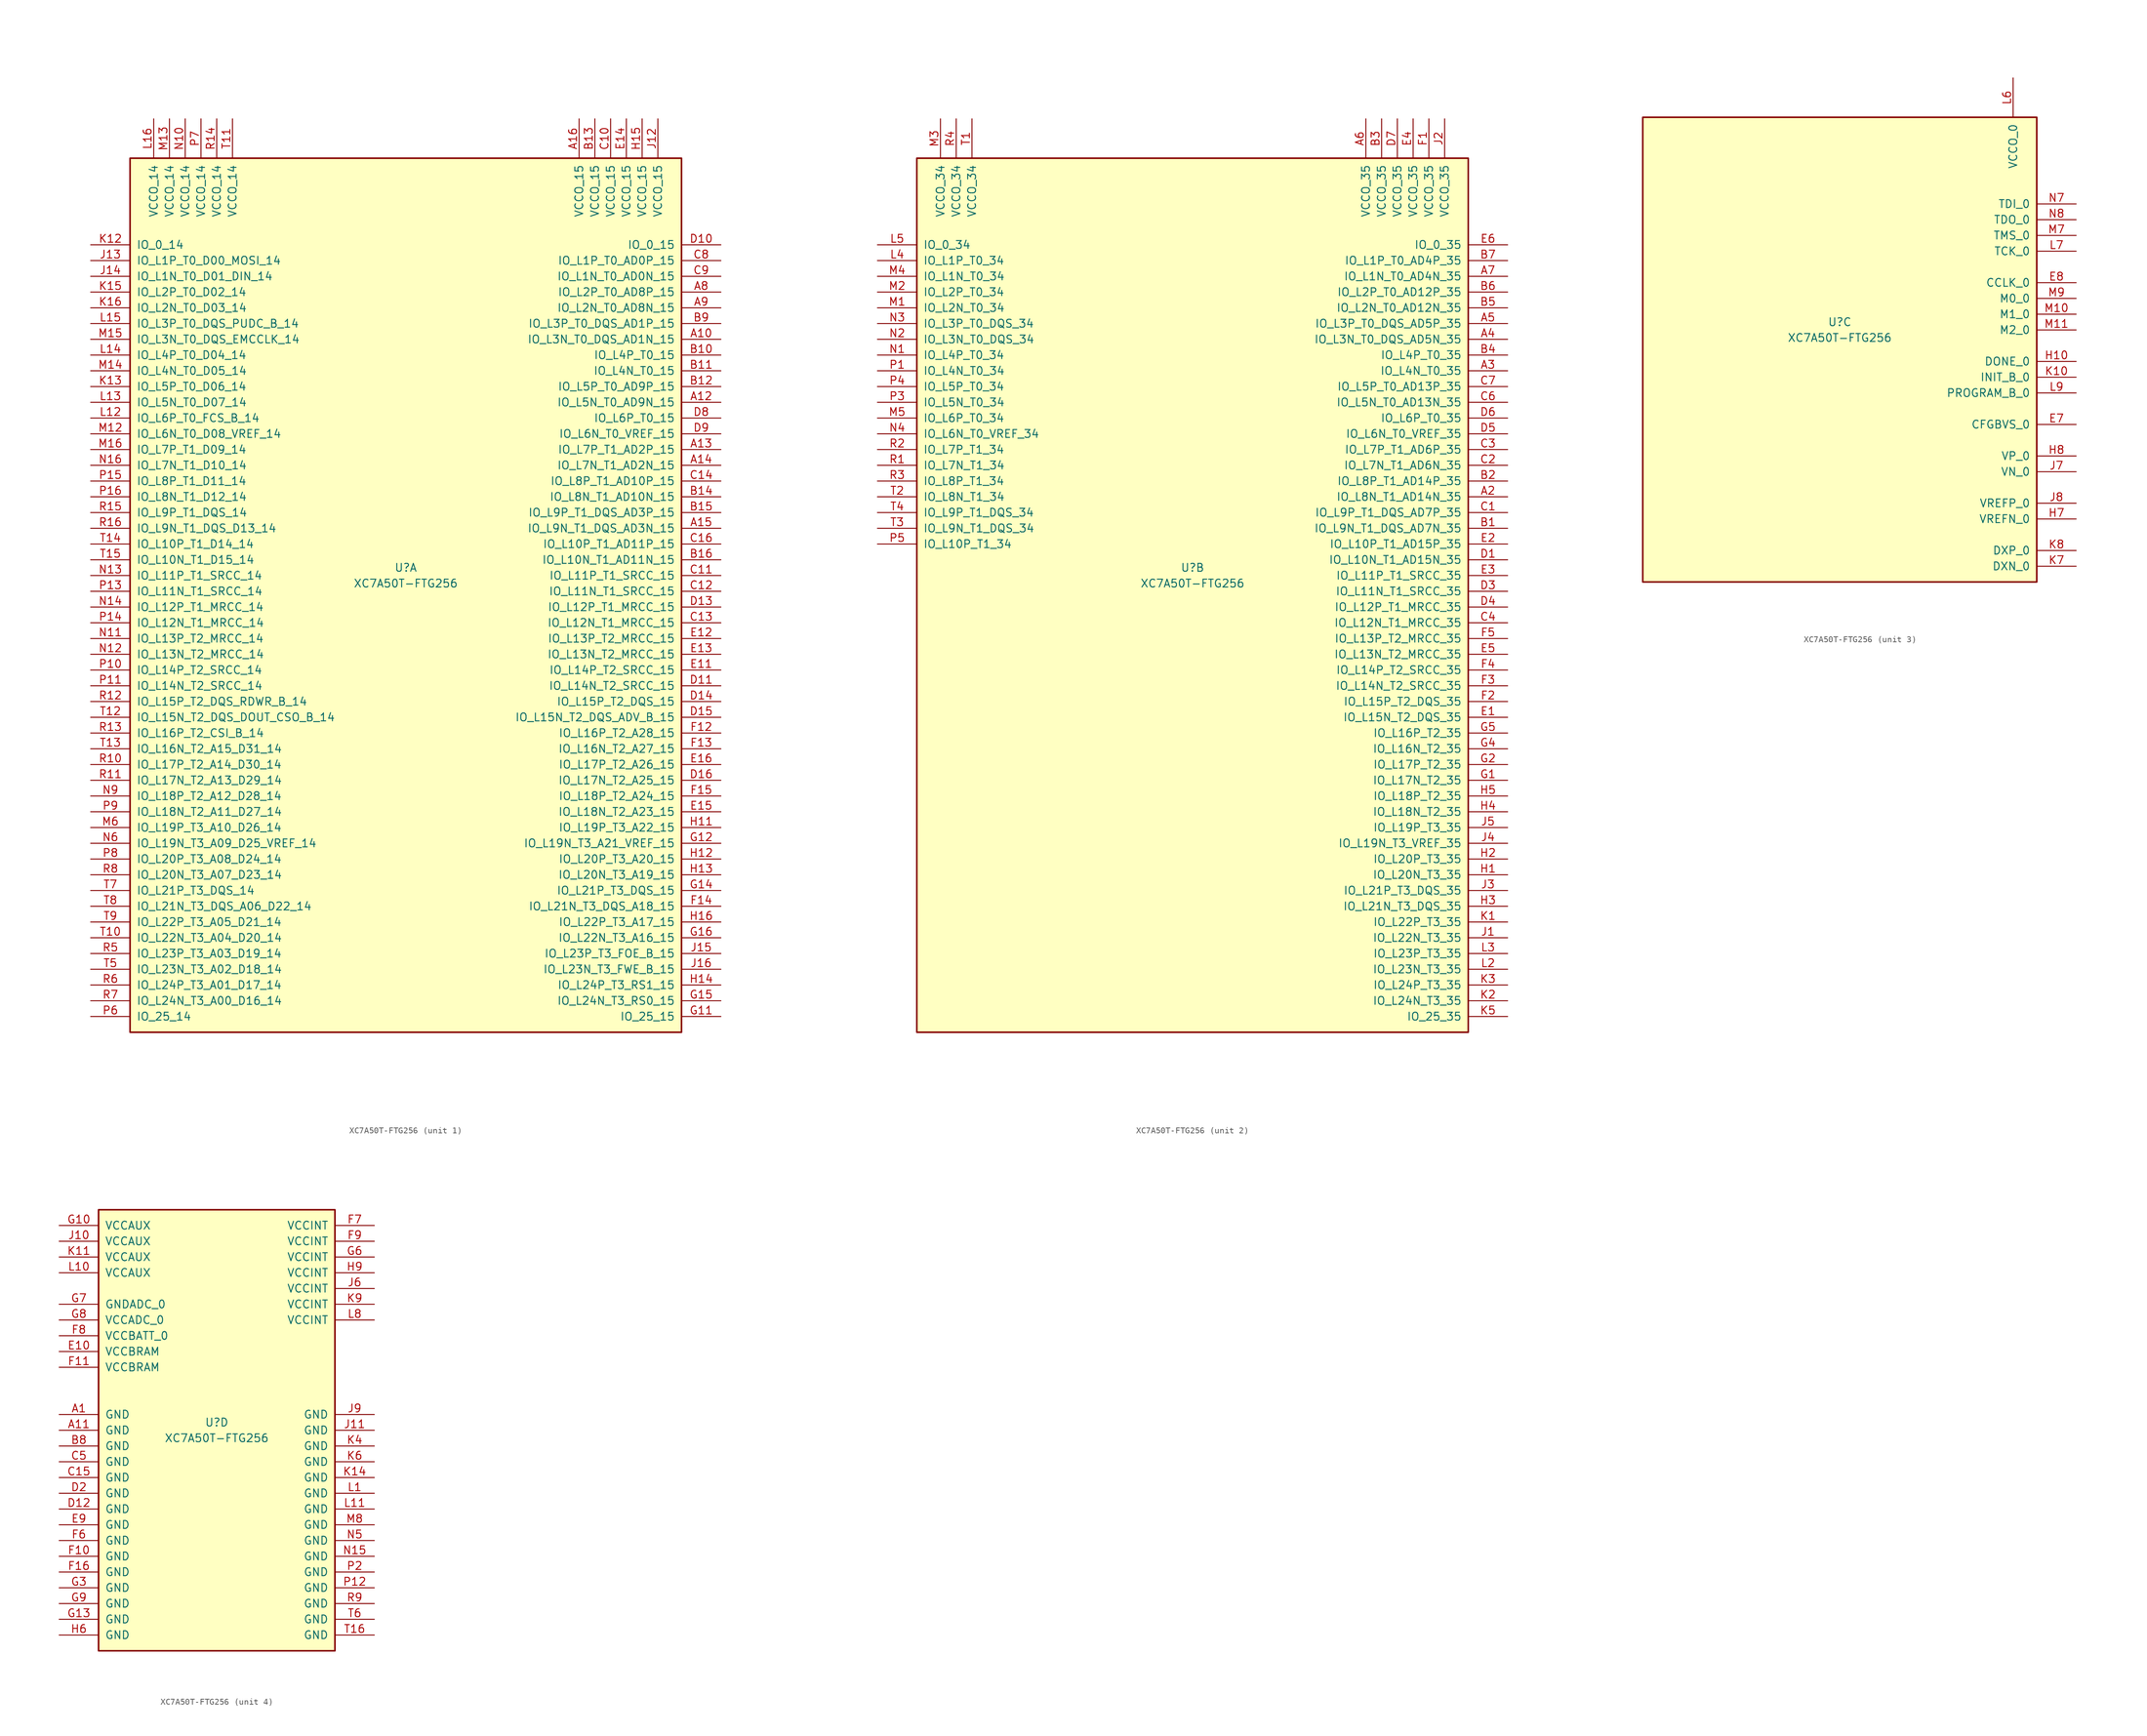
<source format=kicad_sym>
(kicad_symbol_lib
  (version 20241209)
  (generator "kicad_symbol_editor")
  (generator_version "9.0")
  (symbol "XC7A50T-FTG256"
    (pin_names
      (offset 1.016))
    (property "Reference" "U"
      (at 0 1.27 0)
      (effects (font (size 1.27 1.27))))
    (property "Value" "XC7A50T-FTG256"
      (at 0 -1.27 0)
      (effects (font (size 1.27 1.27))))
    (property "Datasheet" ""
      (at 0 0 0)
      (effects (font (size 1.27 1.27))))
    (property "ki_locked" ""
      (at 0 0 0)
      (effects (font (size 1.27 1.27))))
    (symbol "XC7A50T-FTG256_1_1"
      (rectangle (start -44.45 67.31) (end 44.45 -73.66) (stroke (width 0.254) (type default)) (fill (type background)))
      (pin bidirectional line (at -50.8 53.34 0) (length 6.35) (name "IO_0_14" (effects (font (size 1.27 1.27)))) (number "K12" (effects (font (size 1.27 1.27)))))
      (pin bidirectional line (at -50.8 50.8 0) (length 6.35) (name "IO_L1P_T0_D00_MOSI_14" (effects (font (size 1.27 1.27)))) (number "J13" (effects (font (size 1.27 1.27)))))
      (pin bidirectional line (at -50.8 48.26 0) (length 6.35) (name "IO_L1N_T0_D01_DIN_14" (effects (font (size 1.27 1.27)))) (number "J14" (effects (font (size 1.27 1.27)))))
      (pin bidirectional line (at -50.8 45.72 0) (length 6.35) (name "IO_L2P_T0_D02_14" (effects (font (size 1.27 1.27)))) (number "K15" (effects (font (size 1.27 1.27)))))
      (pin bidirectional line (at -50.8 43.18 0) (length 6.35) (name "IO_L2N_T0_D03_14" (effects (font (size 1.27 1.27)))) (number "K16" (effects (font (size 1.27 1.27)))))
      (pin bidirectional line (at -50.8 40.64 0) (length 6.35) (name "IO_L3P_T0_DQS_PUDC_B_14" (effects (font (size 1.27 1.27)))) (number "L15" (effects (font (size 1.27 1.27)))))
      (pin bidirectional line (at -50.8 38.1 0) (length 6.35) (name "IO_L3N_T0_DQS_EMCCLK_14" (effects (font (size 1.27 1.27)))) (number "M15" (effects (font (size 1.27 1.27)))))
      (pin bidirectional line (at -50.8 35.56 0) (length 6.35) (name "IO_L4P_T0_D04_14" (effects (font (size 1.27 1.27)))) (number "L14" (effects (font (size 1.27 1.27)))))
      (pin bidirectional line (at -50.8 33.02 0) (length 6.35) (name "IO_L4N_T0_D05_14" (effects (font (size 1.27 1.27)))) (number "M14" (effects (font (size 1.27 1.27)))))
      (pin bidirectional line (at -50.8 30.48 0) (length 6.35) (name "IO_L5P_T0_D06_14" (effects (font (size 1.27 1.27)))) (number "K13" (effects (font (size 1.27 1.27)))))
      (pin bidirectional line (at -50.8 27.94 0) (length 6.35) (name "IO_L5N_T0_D07_14" (effects (font (size 1.27 1.27)))) (number "L13" (effects (font (size 1.27 1.27)))))
      (pin bidirectional line (at -50.8 25.4 0) (length 6.35) (name "IO_L6P_T0_FCS_B_14" (effects (font (size 1.27 1.27)))) (number "L12" (effects (font (size 1.27 1.27)))))
      (pin bidirectional line (at -50.8 22.86 0) (length 6.35) (name "IO_L6N_T0_D08_VREF_14" (effects (font (size 1.27 1.27)))) (number "M12" (effects (font (size 1.27 1.27)))))
      (pin bidirectional line (at -50.8 20.32 0) (length 6.35) (name "IO_L7P_T1_D09_14" (effects (font (size 1.27 1.27)))) (number "M16" (effects (font (size 1.27 1.27)))))
      (pin bidirectional line (at -50.8 17.78 0) (length 6.35) (name "IO_L7N_T1_D10_14" (effects (font (size 1.27 1.27)))) (number "N16" (effects (font (size 1.27 1.27)))))
      (pin bidirectional line (at -50.8 15.24 0) (length 6.35) (name "IO_L8P_T1_D11_14" (effects (font (size 1.27 1.27)))) (number "P15" (effects (font (size 1.27 1.27)))))
      (pin bidirectional line (at -50.8 12.7 0) (length 6.35) (name "IO_L8N_T1_D12_14" (effects (font (size 1.27 1.27)))) (number "P16" (effects (font (size 1.27 1.27)))))
      (pin bidirectional line (at -50.8 10.16 0) (length 6.35) (name "IO_L9P_T1_DQS_14" (effects (font (size 1.27 1.27)))) (number "R15" (effects (font (size 1.27 1.27)))))
      (pin bidirectional line (at -50.8 7.62 0) (length 6.35) (name "IO_L9N_T1_DQS_D13_14" (effects (font (size 1.27 1.27)))) (number "R16" (effects (font (size 1.27 1.27)))))
      (pin bidirectional line (at -50.8 5.08 0) (length 6.35) (name "IO_L10P_T1_D14_14" (effects (font (size 1.27 1.27)))) (number "T14" (effects (font (size 1.27 1.27)))))
      (pin bidirectional line (at -50.8 2.54 0) (length 6.35) (name "IO_L10N_T1_D15_14" (effects (font (size 1.27 1.27)))) (number "T15" (effects (font (size 1.27 1.27)))))
      (pin bidirectional line (at -50.8 0 0) (length 6.35) (name "IO_L11P_T1_SRCC_14" (effects (font (size 1.27 1.27)))) (number "N13" (effects (font (size 1.27 1.27)))))
      (pin bidirectional line (at -50.8 -2.54 0) (length 6.35) (name "IO_L11N_T1_SRCC_14" (effects (font (size 1.27 1.27)))) (number "P13" (effects (font (size 1.27 1.27)))))
      (pin bidirectional line (at -50.8 -5.08 0) (length 6.35) (name "IO_L12P_T1_MRCC_14" (effects (font (size 1.27 1.27)))) (number "N14" (effects (font (size 1.27 1.27)))))
      (pin bidirectional line (at -50.8 -7.62 0) (length 6.35) (name "IO_L12N_T1_MRCC_14" (effects (font (size 1.27 1.27)))) (number "P14" (effects (font (size 1.27 1.27)))))
      (pin bidirectional line (at -50.8 -10.16 0) (length 6.35) (name "IO_L13P_T2_MRCC_14" (effects (font (size 1.27 1.27)))) (number "N11" (effects (font (size 1.27 1.27)))))
      (pin bidirectional line (at -50.8 -12.7 0) (length 6.35) (name "IO_L13N_T2_MRCC_14" (effects (font (size 1.27 1.27)))) (number "N12" (effects (font (size 1.27 1.27)))))
      (pin bidirectional line (at -50.8 -15.24 0) (length 6.35) (name "IO_L14P_T2_SRCC_14" (effects (font (size 1.27 1.27)))) (number "P10" (effects (font (size 1.27 1.27)))))
      (pin bidirectional line (at -50.8 -17.78 0) (length 6.35) (name "IO_L14N_T2_SRCC_14" (effects (font (size 1.27 1.27)))) (number "P11" (effects (font (size 1.27 1.27)))))
      (pin bidirectional line (at -50.8 -20.32 0) (length 6.35) (name "IO_L15P_T2_DQS_RDWR_B_14" (effects (font (size 1.27 1.27)))) (number "R12" (effects (font (size 1.27 1.27)))))
      (pin bidirectional line (at -50.8 -22.86 0) (length 6.35) (name "IO_L15N_T2_DQS_DOUT_CSO_B_14" (effects (font (size 1.27 1.27)))) (number "T12" (effects (font (size 1.27 1.27)))))
      (pin bidirectional line (at -50.8 -25.4 0) (length 6.35) (name "IO_L16P_T2_CSI_B_14" (effects (font (size 1.27 1.27)))) (number "R13" (effects (font (size 1.27 1.27)))))
      (pin bidirectional line (at -50.8 -27.94 0) (length 6.35) (name "IO_L16N_T2_A15_D31_14" (effects (font (size 1.27 1.27)))) (number "T13" (effects (font (size 1.27 1.27)))))
      (pin bidirectional line (at -50.8 -30.48 0) (length 6.35) (name "IO_L17P_T2_A14_D30_14" (effects (font (size 1.27 1.27)))) (number "R10" (effects (font (size 1.27 1.27)))))
      (pin bidirectional line (at -50.8 -33.02 0) (length 6.35) (name "IO_L17N_T2_A13_D29_14" (effects (font (size 1.27 1.27)))) (number "R11" (effects (font (size 1.27 1.27)))))
      (pin bidirectional line (at -50.8 -35.56 0) (length 6.35) (name "IO_L18P_T2_A12_D28_14" (effects (font (size 1.27 1.27)))) (number "N9" (effects (font (size 1.27 1.27)))))
      (pin bidirectional line (at -50.8 -38.1 0) (length 6.35) (name "IO_L18N_T2_A11_D27_14" (effects (font (size 1.27 1.27)))) (number "P9" (effects (font (size 1.27 1.27)))))
      (pin bidirectional line (at -50.8 -40.64 0) (length 6.35) (name "IO_L19P_T3_A10_D26_14" (effects (font (size 1.27 1.27)))) (number "M6" (effects (font (size 1.27 1.27)))))
      (pin bidirectional line (at -50.8 -43.18 0) (length 6.35) (name "IO_L19N_T3_A09_D25_VREF_14" (effects (font (size 1.27 1.27)))) (number "N6" (effects (font (size 1.27 1.27)))))
      (pin bidirectional line (at -50.8 -45.72 0) (length 6.35) (name "IO_L20P_T3_A08_D24_14" (effects (font (size 1.27 1.27)))) (number "P8" (effects (font (size 1.27 1.27)))))
      (pin bidirectional line (at -50.8 -48.26 0) (length 6.35) (name "IO_L20N_T3_A07_D23_14" (effects (font (size 1.27 1.27)))) (number "R8" (effects (font (size 1.27 1.27)))))
      (pin bidirectional line (at -50.8 -50.8 0) (length 6.35) (name "IO_L21P_T3_DQS_14" (effects (font (size 1.27 1.27)))) (number "T7" (effects (font (size 1.27 1.27)))))
      (pin bidirectional line (at -50.8 -53.34 0) (length 6.35) (name "IO_L21N_T3_DQS_A06_D22_14" (effects (font (size 1.27 1.27)))) (number "T8" (effects (font (size 1.27 1.27)))))
      (pin bidirectional line (at -50.8 -55.88 0) (length 6.35) (name "IO_L22P_T3_A05_D21_14" (effects (font (size 1.27 1.27)))) (number "T9" (effects (font (size 1.27 1.27)))))
      (pin bidirectional line (at -50.8 -58.42 0) (length 6.35) (name "IO_L22N_T3_A04_D20_14" (effects (font (size 1.27 1.27)))) (number "T10" (effects (font (size 1.27 1.27)))))
      (pin bidirectional line (at -50.8 -60.96 0) (length 6.35) (name "IO_L23P_T3_A03_D19_14" (effects (font (size 1.27 1.27)))) (number "R5" (effects (font (size 1.27 1.27)))))
      (pin bidirectional line (at -50.8 -63.5 0) (length 6.35) (name "IO_L23N_T3_A02_D18_14" (effects (font (size 1.27 1.27)))) (number "T5" (effects (font (size 1.27 1.27)))))
      (pin bidirectional line (at -50.8 -66.04 0) (length 6.35) (name "IO_L24P_T3_A01_D17_14" (effects (font (size 1.27 1.27)))) (number "R6" (effects (font (size 1.27 1.27)))))
      (pin bidirectional line (at -50.8 -68.58 0) (length 6.35) (name "IO_L24N_T3_A00_D16_14" (effects (font (size 1.27 1.27)))) (number "R7" (effects (font (size 1.27 1.27)))))
      (pin bidirectional line (at -50.8 -71.12 0) (length 6.35) (name "IO_25_14" (effects (font (size 1.27 1.27)))) (number "P6" (effects (font (size 1.27 1.27)))))
      (pin power_in line (at -40.64 73.66 270) (length 6.35) (name "VCCO_14" (effects (font (size 1.27 1.27)))) (number "L16" (effects (font (size 1.27 1.27)))))
      (pin power_in line (at -38.1 73.66 270) (length 6.35) (name "VCCO_14" (effects (font (size 1.27 1.27)))) (number "M13" (effects (font (size 1.27 1.27)))))
      (pin power_in line (at -35.56 73.66 270) (length 6.35) (name "VCCO_14" (effects (font (size 1.27 1.27)))) (number "N10" (effects (font (size 1.27 1.27)))))
      (pin power_in line (at -33.02 73.66 270) (length 6.35) (name "VCCO_14" (effects (font (size 1.27 1.27)))) (number "P7" (effects (font (size 1.27 1.27)))))
      (pin power_in line (at -30.48 73.66 270) (length 6.35) (name "VCCO_14" (effects (font (size 1.27 1.27)))) (number "R14" (effects (font (size 1.27 1.27)))))
      (pin power_in line (at -27.94 73.66 270) (length 6.35) (name "VCCO_14" (effects (font (size 1.27 1.27)))) (number "T11" (effects (font (size 1.27 1.27)))))
      (pin power_in line (at 27.94 73.66 270) (length 6.35) (name "VCCO_15" (effects (font (size 1.27 1.27)))) (number "A16" (effects (font (size 1.27 1.27)))))
      (pin power_in line (at 30.48 73.66 270) (length 6.35) (name "VCCO_15" (effects (font (size 1.27 1.27)))) (number "B13" (effects (font (size 1.27 1.27)))))
      (pin power_in line (at 33.02 73.66 270) (length 6.35) (name "VCCO_15" (effects (font (size 1.27 1.27)))) (number "C10" (effects (font (size 1.27 1.27)))))
      (pin power_in line (at 35.56 73.66 270) (length 6.35) (name "VCCO_15" (effects (font (size 1.27 1.27)))) (number "E14" (effects (font (size 1.27 1.27)))))
      (pin power_in line (at 38.1 73.66 270) (length 6.35) (name "VCCO_15" (effects (font (size 1.27 1.27)))) (number "H15" (effects (font (size 1.27 1.27)))))
      (pin power_in line (at 40.64 73.66 270) (length 6.35) (name "VCCO_15" (effects (font (size 1.27 1.27)))) (number "J12" (effects (font (size 1.27 1.27)))))
      (pin bidirectional line (at 50.8 53.34 180) (length 6.35) (name "IO_0_15" (effects (font (size 1.27 1.27)))) (number "D10" (effects (font (size 1.27 1.27)))))
      (pin bidirectional line (at 50.8 50.8 180) (length 6.35) (name "IO_L1P_T0_AD0P_15" (effects (font (size 1.27 1.27)))) (number "C8" (effects (font (size 1.27 1.27)))))
      (pin bidirectional line (at 50.8 48.26 180) (length 6.35) (name "IO_L1N_T0_AD0N_15" (effects (font (size 1.27 1.27)))) (number "C9" (effects (font (size 1.27 1.27)))))
      (pin bidirectional line (at 50.8 45.72 180) (length 6.35) (name "IO_L2P_T0_AD8P_15" (effects (font (size 1.27 1.27)))) (number "A8" (effects (font (size 1.27 1.27)))))
      (pin bidirectional line (at 50.8 43.18 180) (length 6.35) (name "IO_L2N_T0_AD8N_15" (effects (font (size 1.27 1.27)))) (number "A9" (effects (font (size 1.27 1.27)))))
      (pin bidirectional line (at 50.8 40.64 180) (length 6.35) (name "IO_L3P_T0_DQS_AD1P_15" (effects (font (size 1.27 1.27)))) (number "B9" (effects (font (size 1.27 1.27)))))
      (pin bidirectional line (at 50.8 38.1 180) (length 6.35) (name "IO_L3N_T0_DQS_AD1N_15" (effects (font (size 1.27 1.27)))) (number "A10" (effects (font (size 1.27 1.27)))))
      (pin bidirectional line (at 50.8 35.56 180) (length 6.35) (name "IO_L4P_T0_15" (effects (font (size 1.27 1.27)))) (number "B10" (effects (font (size 1.27 1.27)))))
      (pin bidirectional line (at 50.8 33.02 180) (length 6.35) (name "IO_L4N_T0_15" (effects (font (size 1.27 1.27)))) (number "B11" (effects (font (size 1.27 1.27)))))
      (pin bidirectional line (at 50.8 30.48 180) (length 6.35) (name "IO_L5P_T0_AD9P_15" (effects (font (size 1.27 1.27)))) (number "B12" (effects (font (size 1.27 1.27)))))
      (pin bidirectional line (at 50.8 27.94 180) (length 6.35) (name "IO_L5N_T0_AD9N_15" (effects (font (size 1.27 1.27)))) (number "A12" (effects (font (size 1.27 1.27)))))
      (pin bidirectional line (at 50.8 25.4 180) (length 6.35) (name "IO_L6P_T0_15" (effects (font (size 1.27 1.27)))) (number "D8" (effects (font (size 1.27 1.27)))))
      (pin bidirectional line (at 50.8 22.86 180) (length 6.35) (name "IO_L6N_T0_VREF_15" (effects (font (size 1.27 1.27)))) (number "D9" (effects (font (size 1.27 1.27)))))
      (pin bidirectional line (at 50.8 20.32 180) (length 6.35) (name "IO_L7P_T1_AD2P_15" (effects (font (size 1.27 1.27)))) (number "A13" (effects (font (size 1.27 1.27)))))
      (pin bidirectional line (at 50.8 17.78 180) (length 6.35) (name "IO_L7N_T1_AD2N_15" (effects (font (size 1.27 1.27)))) (number "A14" (effects (font (size 1.27 1.27)))))
      (pin bidirectional line (at 50.8 15.24 180) (length 6.35) (name "IO_L8P_T1_AD10P_15" (effects (font (size 1.27 1.27)))) (number "C14" (effects (font (size 1.27 1.27)))))
      (pin bidirectional line (at 50.8 12.7 180) (length 6.35) (name "IO_L8N_T1_AD10N_15" (effects (font (size 1.27 1.27)))) (number "B14" (effects (font (size 1.27 1.27)))))
      (pin bidirectional line (at 50.8 10.16 180) (length 6.35) (name "IO_L9P_T1_DQS_AD3P_15" (effects (font (size 1.27 1.27)))) (number "B15" (effects (font (size 1.27 1.27)))))
      (pin bidirectional line (at 50.8 7.62 180) (length 6.35) (name "IO_L9N_T1_DQS_AD3N_15" (effects (font (size 1.27 1.27)))) (number "A15" (effects (font (size 1.27 1.27)))))
      (pin bidirectional line (at 50.8 5.08 180) (length 6.35) (name "IO_L10P_T1_AD11P_15" (effects (font (size 1.27 1.27)))) (number "C16" (effects (font (size 1.27 1.27)))))
      (pin bidirectional line (at 50.8 2.54 180) (length 6.35) (name "IO_L10N_T1_AD11N_15" (effects (font (size 1.27 1.27)))) (number "B16" (effects (font (size 1.27 1.27)))))
      (pin bidirectional line (at 50.8 0 180) (length 6.35) (name "IO_L11P_T1_SRCC_15" (effects (font (size 1.27 1.27)))) (number "C11" (effects (font (size 1.27 1.27)))))
      (pin bidirectional line (at 50.8 -2.54 180) (length 6.35) (name "IO_L11N_T1_SRCC_15" (effects (font (size 1.27 1.27)))) (number "C12" (effects (font (size 1.27 1.27)))))
      (pin bidirectional line (at 50.8 -5.08 180) (length 6.35) (name "IO_L12P_T1_MRCC_15" (effects (font (size 1.27 1.27)))) (number "D13" (effects (font (size 1.27 1.27)))))
      (pin bidirectional line (at 50.8 -7.62 180) (length 6.35) (name "IO_L12N_T1_MRCC_15" (effects (font (size 1.27 1.27)))) (number "C13" (effects (font (size 1.27 1.27)))))
      (pin bidirectional line (at 50.8 -10.16 180) (length 6.35) (name "IO_L13P_T2_MRCC_15" (effects (font (size 1.27 1.27)))) (number "E12" (effects (font (size 1.27 1.27)))))
      (pin bidirectional line (at 50.8 -12.7 180) (length 6.35) (name "IO_L13N_T2_MRCC_15" (effects (font (size 1.27 1.27)))) (number "E13" (effects (font (size 1.27 1.27)))))
      (pin bidirectional line (at 50.8 -15.24 180) (length 6.35) (name "IO_L14P_T2_SRCC_15" (effects (font (size 1.27 1.27)))) (number "E11" (effects (font (size 1.27 1.27)))))
      (pin bidirectional line (at 50.8 -17.78 180) (length 6.35) (name "IO_L14N_T2_SRCC_15" (effects (font (size 1.27 1.27)))) (number "D11" (effects (font (size 1.27 1.27)))))
      (pin bidirectional line (at 50.8 -20.32 180) (length 6.35) (name "IO_L15P_T2_DQS_15" (effects (font (size 1.27 1.27)))) (number "D14" (effects (font (size 1.27 1.27)))))
      (pin bidirectional line (at 50.8 -22.86 180) (length 6.35) (name "IO_L15N_T2_DQS_ADV_B_15" (effects (font (size 1.27 1.27)))) (number "D15" (effects (font (size 1.27 1.27)))))
      (pin bidirectional line (at 50.8 -25.4 180) (length 6.35) (name "IO_L16P_T2_A28_15" (effects (font (size 1.27 1.27)))) (number "F12" (effects (font (size 1.27 1.27)))))
      (pin bidirectional line (at 50.8 -27.94 180) (length 6.35) (name "IO_L16N_T2_A27_15" (effects (font (size 1.27 1.27)))) (number "F13" (effects (font (size 1.27 1.27)))))
      (pin bidirectional line (at 50.8 -30.48 180) (length 6.35) (name "IO_L17P_T2_A26_15" (effects (font (size 1.27 1.27)))) (number "E16" (effects (font (size 1.27 1.27)))))
      (pin bidirectional line (at 50.8 -33.02 180) (length 6.35) (name "IO_L17N_T2_A25_15" (effects (font (size 1.27 1.27)))) (number "D16" (effects (font (size 1.27 1.27)))))
      (pin bidirectional line (at 50.8 -35.56 180) (length 6.35) (name "IO_L18P_T2_A24_15" (effects (font (size 1.27 1.27)))) (number "F15" (effects (font (size 1.27 1.27)))))
      (pin bidirectional line (at 50.8 -38.1 180) (length 6.35) (name "IO_L18N_T2_A23_15" (effects (font (size 1.27 1.27)))) (number "E15" (effects (font (size 1.27 1.27)))))
      (pin bidirectional line (at 50.8 -40.64 180) (length 6.35) (name "IO_L19P_T3_A22_15" (effects (font (size 1.27 1.27)))) (number "H11" (effects (font (size 1.27 1.27)))))
      (pin bidirectional line (at 50.8 -43.18 180) (length 6.35) (name "IO_L19N_T3_A21_VREF_15" (effects (font (size 1.27 1.27)))) (number "G12" (effects (font (size 1.27 1.27)))))
      (pin bidirectional line (at 50.8 -45.72 180) (length 6.35) (name "IO_L20P_T3_A20_15" (effects (font (size 1.27 1.27)))) (number "H12" (effects (font (size 1.27 1.27)))))
      (pin bidirectional line (at 50.8 -48.26 180) (length 6.35) (name "IO_L20N_T3_A19_15" (effects (font (size 1.27 1.27)))) (number "H13" (effects (font (size 1.27 1.27)))))
      (pin bidirectional line (at 50.8 -50.8 180) (length 6.35) (name "IO_L21P_T3_DQS_15" (effects (font (size 1.27 1.27)))) (number "G14" (effects (font (size 1.27 1.27)))))
      (pin bidirectional line (at 50.8 -53.34 180) (length 6.35) (name "IO_L21N_T3_DQS_A18_15" (effects (font (size 1.27 1.27)))) (number "F14" (effects (font (size 1.27 1.27)))))
      (pin bidirectional line (at 50.8 -55.88 180) (length 6.35) (name "IO_L22P_T3_A17_15" (effects (font (size 1.27 1.27)))) (number "H16" (effects (font (size 1.27 1.27)))))
      (pin bidirectional line (at 50.8 -58.42 180) (length 6.35) (name "IO_L22N_T3_A16_15" (effects (font (size 1.27 1.27)))) (number "G16" (effects (font (size 1.27 1.27)))))
      (pin bidirectional line (at 50.8 -60.96 180) (length 6.35) (name "IO_L23P_T3_FOE_B_15" (effects (font (size 1.27 1.27)))) (number "J15" (effects (font (size 1.27 1.27)))))
      (pin bidirectional line (at 50.8 -63.5 180) (length 6.35) (name "IO_L23N_T3_FWE_B_15" (effects (font (size 1.27 1.27)))) (number "J16" (effects (font (size 1.27 1.27)))))
      (pin bidirectional line (at 50.8 -66.04 180) (length 6.35) (name "IO_L24P_T3_RS1_15" (effects (font (size 1.27 1.27)))) (number "H14" (effects (font (size 1.27 1.27)))))
      (pin bidirectional line (at 50.8 -68.58 180) (length 6.35) (name "IO_L24N_T3_RS0_15" (effects (font (size 1.27 1.27)))) (number "G15" (effects (font (size 1.27 1.27)))))
      (pin bidirectional line (at 50.8 -71.12 180) (length 6.35) (name "IO_25_15" (effects (font (size 1.27 1.27)))) (number "G11" (effects (font (size 1.27 1.27))))))
    (symbol "XC7A50T-FTG256_2_1"
      (rectangle (start -44.45 67.31) (end 44.45 -73.66) (stroke (width 0.254) (type default)) (fill (type background)))
      (pin bidirectional line (at -50.8 53.34 0) (length 6.35) (name "IO_0_34" (effects (font (size 1.27 1.27)))) (number "L5" (effects (font (size 1.27 1.27)))))
      (pin bidirectional line (at -50.8 50.8 0) (length 6.35) (name "IO_L1P_T0_34" (effects (font (size 1.27 1.27)))) (number "L4" (effects (font (size 1.27 1.27)))))
      (pin bidirectional line (at -50.8 48.26 0) (length 6.35) (name "IO_L1N_T0_34" (effects (font (size 1.27 1.27)))) (number "M4" (effects (font (size 1.27 1.27)))))
      (pin bidirectional line (at -50.8 45.72 0) (length 6.35) (name "IO_L2P_T0_34" (effects (font (size 1.27 1.27)))) (number "M2" (effects (font (size 1.27 1.27)))))
      (pin bidirectional line (at -50.8 43.18 0) (length 6.35) (name "IO_L2N_T0_34" (effects (font (size 1.27 1.27)))) (number "M1" (effects (font (size 1.27 1.27)))))
      (pin bidirectional line (at -50.8 40.64 0) (length 6.35) (name "IO_L3P_T0_DQS_34" (effects (font (size 1.27 1.27)))) (number "N3" (effects (font (size 1.27 1.27)))))
      (pin bidirectional line (at -50.8 38.1 0) (length 6.35) (name "IO_L3N_T0_DQS_34" (effects (font (size 1.27 1.27)))) (number "N2" (effects (font (size 1.27 1.27)))))
      (pin bidirectional line (at -50.8 35.56 0) (length 6.35) (name "IO_L4P_T0_34" (effects (font (size 1.27 1.27)))) (number "N1" (effects (font (size 1.27 1.27)))))
      (pin bidirectional line (at -50.8 33.02 0) (length 6.35) (name "IO_L4N_T0_34" (effects (font (size 1.27 1.27)))) (number "P1" (effects (font (size 1.27 1.27)))))
      (pin bidirectional line (at -50.8 30.48 0) (length 6.35) (name "IO_L5P_T0_34" (effects (font (size 1.27 1.27)))) (number "P4" (effects (font (size 1.27 1.27)))))
      (pin bidirectional line (at -50.8 27.94 0) (length 6.35) (name "IO_L5N_T0_34" (effects (font (size 1.27 1.27)))) (number "P3" (effects (font (size 1.27 1.27)))))
      (pin bidirectional line (at -50.8 25.4 0) (length 6.35) (name "IO_L6P_T0_34" (effects (font (size 1.27 1.27)))) (number "M5" (effects (font (size 1.27 1.27)))))
      (pin bidirectional line (at -50.8 22.86 0) (length 6.35) (name "IO_L6N_T0_VREF_34" (effects (font (size 1.27 1.27)))) (number "N4" (effects (font (size 1.27 1.27)))))
      (pin bidirectional line (at -50.8 20.32 0) (length 6.35) (name "IO_L7P_T1_34" (effects (font (size 1.27 1.27)))) (number "R2" (effects (font (size 1.27 1.27)))))
      (pin bidirectional line (at -50.8 17.78 0) (length 6.35) (name "IO_L7N_T1_34" (effects (font (size 1.27 1.27)))) (number "R1" (effects (font (size 1.27 1.27)))))
      (pin bidirectional line (at -50.8 15.24 0) (length 6.35) (name "IO_L8P_T1_34" (effects (font (size 1.27 1.27)))) (number "R3" (effects (font (size 1.27 1.27)))))
      (pin bidirectional line (at -50.8 12.7 0) (length 6.35) (name "IO_L8N_T1_34" (effects (font (size 1.27 1.27)))) (number "T2" (effects (font (size 1.27 1.27)))))
      (pin bidirectional line (at -50.8 10.16 0) (length 6.35) (name "IO_L9P_T1_DQS_34" (effects (font (size 1.27 1.27)))) (number "T4" (effects (font (size 1.27 1.27)))))
      (pin bidirectional line (at -50.8 7.62 0) (length 6.35) (name "IO_L9N_T1_DQS_34" (effects (font (size 1.27 1.27)))) (number "T3" (effects (font (size 1.27 1.27)))))
      (pin bidirectional line (at -50.8 5.08 0) (length 6.35) (name "IO_L10P_T1_34" (effects (font (size 1.27 1.27)))) (number "P5" (effects (font (size 1.27 1.27)))))
      (pin power_in line (at -40.64 73.66 270) (length 6.35) (name "VCCO_34" (effects (font (size 1.27 1.27)))) (number "M3" (effects (font (size 1.27 1.27)))))
      (pin power_in line (at -38.1 73.66 270) (length 6.35) (name "VCCO_34" (effects (font (size 1.27 1.27)))) (number "R4" (effects (font (size 1.27 1.27)))))
      (pin power_in line (at -35.56 73.66 270) (length 6.35) (name "VCCO_34" (effects (font (size 1.27 1.27)))) (number "T1" (effects (font (size 1.27 1.27)))))
      (pin power_in line (at 27.94 73.66 270) (length 6.35) (name "VCCO_35" (effects (font (size 1.27 1.27)))) (number "A6" (effects (font (size 1.27 1.27)))))
      (pin power_in line (at 30.48 73.66 270) (length 6.35) (name "VCCO_35" (effects (font (size 1.27 1.27)))) (number "B3" (effects (font (size 1.27 1.27)))))
      (pin power_in line (at 33.02 73.66 270) (length 6.35) (name "VCCO_35" (effects (font (size 1.27 1.27)))) (number "D7" (effects (font (size 1.27 1.27)))))
      (pin power_in line (at 35.56 73.66 270) (length 6.35) (name "VCCO_35" (effects (font (size 1.27 1.27)))) (number "E4" (effects (font (size 1.27 1.27)))))
      (pin power_in line (at 38.1 73.66 270) (length 6.35) (name "VCCO_35" (effects (font (size 1.27 1.27)))) (number "F1" (effects (font (size 1.27 1.27)))))
      (pin power_in line (at 40.64 73.66 270) (length 6.35) (name "VCCO_35" (effects (font (size 1.27 1.27)))) (number "J2" (effects (font (size 1.27 1.27)))))
      (pin bidirectional line (at 50.8 53.34 180) (length 6.35) (name "IO_0_35" (effects (font (size 1.27 1.27)))) (number "E6" (effects (font (size 1.27 1.27)))))
      (pin bidirectional line (at 50.8 50.8 180) (length 6.35) (name "IO_L1P_T0_AD4P_35" (effects (font (size 1.27 1.27)))) (number "B7" (effects (font (size 1.27 1.27)))))
      (pin bidirectional line (at 50.8 48.26 180) (length 6.35) (name "IO_L1N_T0_AD4N_35" (effects (font (size 1.27 1.27)))) (number "A7" (effects (font (size 1.27 1.27)))))
      (pin bidirectional line (at 50.8 45.72 180) (length 6.35) (name "IO_L2P_T0_AD12P_35" (effects (font (size 1.27 1.27)))) (number "B6" (effects (font (size 1.27 1.27)))))
      (pin bidirectional line (at 50.8 43.18 180) (length 6.35) (name "IO_L2N_T0_AD12N_35" (effects (font (size 1.27 1.27)))) (number "B5" (effects (font (size 1.27 1.27)))))
      (pin bidirectional line (at 50.8 40.64 180) (length 6.35) (name "IO_L3P_T0_DQS_AD5P_35" (effects (font (size 1.27 1.27)))) (number "A5" (effects (font (size 1.27 1.27)))))
      (pin bidirectional line (at 50.8 38.1 180) (length 6.35) (name "IO_L3N_T0_DQS_AD5N_35" (effects (font (size 1.27 1.27)))) (number "A4" (effects (font (size 1.27 1.27)))))
      (pin bidirectional line (at 50.8 35.56 180) (length 6.35) (name "IO_L4P_T0_35" (effects (font (size 1.27 1.27)))) (number "B4" (effects (font (size 1.27 1.27)))))
      (pin bidirectional line (at 50.8 33.02 180) (length 6.35) (name "IO_L4N_T0_35" (effects (font (size 1.27 1.27)))) (number "A3" (effects (font (size 1.27 1.27)))))
      (pin bidirectional line (at 50.8 30.48 180) (length 6.35) (name "IO_L5P_T0_AD13P_35" (effects (font (size 1.27 1.27)))) (number "C7" (effects (font (size 1.27 1.27)))))
      (pin bidirectional line (at 50.8 27.94 180) (length 6.35) (name "IO_L5N_T0_AD13N_35" (effects (font (size 1.27 1.27)))) (number "C6" (effects (font (size 1.27 1.27)))))
      (pin bidirectional line (at 50.8 25.4 180) (length 6.35) (name "IO_L6P_T0_35" (effects (font (size 1.27 1.27)))) (number "D6" (effects (font (size 1.27 1.27)))))
      (pin bidirectional line (at 50.8 22.86 180) (length 6.35) (name "IO_L6N_T0_VREF_35" (effects (font (size 1.27 1.27)))) (number "D5" (effects (font (size 1.27 1.27)))))
      (pin bidirectional line (at 50.8 20.32 180) (length 6.35) (name "IO_L7P_T1_AD6P_35" (effects (font (size 1.27 1.27)))) (number "C3" (effects (font (size 1.27 1.27)))))
      (pin bidirectional line (at 50.8 17.78 180) (length 6.35) (name "IO_L7N_T1_AD6N_35" (effects (font (size 1.27 1.27)))) (number "C2" (effects (font (size 1.27 1.27)))))
      (pin bidirectional line (at 50.8 15.24 180) (length 6.35) (name "IO_L8P_T1_AD14P_35" (effects (font (size 1.27 1.27)))) (number "B2" (effects (font (size 1.27 1.27)))))
      (pin bidirectional line (at 50.8 12.7 180) (length 6.35) (name "IO_L8N_T1_AD14N_35" (effects (font (size 1.27 1.27)))) (number "A2" (effects (font (size 1.27 1.27)))))
      (pin bidirectional line (at 50.8 10.16 180) (length 6.35) (name "IO_L9P_T1_DQS_AD7P_35" (effects (font (size 1.27 1.27)))) (number "C1" (effects (font (size 1.27 1.27)))))
      (pin bidirectional line (at 50.8 7.62 180) (length 6.35) (name "IO_L9N_T1_DQS_AD7N_35" (effects (font (size 1.27 1.27)))) (number "B1" (effects (font (size 1.27 1.27)))))
      (pin bidirectional line (at 50.8 5.08 180) (length 6.35) (name "IO_L10P_T1_AD15P_35" (effects (font (size 1.27 1.27)))) (number "E2" (effects (font (size 1.27 1.27)))))
      (pin bidirectional line (at 50.8 2.54 180) (length 6.35) (name "IO_L10N_T1_AD15N_35" (effects (font (size 1.27 1.27)))) (number "D1" (effects (font (size 1.27 1.27)))))
      (pin bidirectional line (at 50.8 0 180) (length 6.35) (name "IO_L11P_T1_SRCC_35" (effects (font (size 1.27 1.27)))) (number "E3" (effects (font (size 1.27 1.27)))))
      (pin bidirectional line (at 50.8 -2.54 180) (length 6.35) (name "IO_L11N_T1_SRCC_35" (effects (font (size 1.27 1.27)))) (number "D3" (effects (font (size 1.27 1.27)))))
      (pin bidirectional line (at 50.8 -5.08 180) (length 6.35) (name "IO_L12P_T1_MRCC_35" (effects (font (size 1.27 1.27)))) (number "D4" (effects (font (size 1.27 1.27)))))
      (pin bidirectional line (at 50.8 -7.62 180) (length 6.35) (name "IO_L12N_T1_MRCC_35" (effects (font (size 1.27 1.27)))) (number "C4" (effects (font (size 1.27 1.27)))))
      (pin bidirectional line (at 50.8 -10.16 180) (length 6.35) (name "IO_L13P_T2_MRCC_35" (effects (font (size 1.27 1.27)))) (number "F5" (effects (font (size 1.27 1.27)))))
      (pin bidirectional line (at 50.8 -12.7 180) (length 6.35) (name "IO_L13N_T2_MRCC_35" (effects (font (size 1.27 1.27)))) (number "E5" (effects (font (size 1.27 1.27)))))
      (pin bidirectional line (at 50.8 -15.24 180) (length 6.35) (name "IO_L14P_T2_SRCC_35" (effects (font (size 1.27 1.27)))) (number "F4" (effects (font (size 1.27 1.27)))))
      (pin bidirectional line (at 50.8 -17.78 180) (length 6.35) (name "IO_L14N_T2_SRCC_35" (effects (font (size 1.27 1.27)))) (number "F3" (effects (font (size 1.27 1.27)))))
      (pin bidirectional line (at 50.8 -20.32 180) (length 6.35) (name "IO_L15P_T2_DQS_35" (effects (font (size 1.27 1.27)))) (number "F2" (effects (font (size 1.27 1.27)))))
      (pin bidirectional line (at 50.8 -22.86 180) (length 6.35) (name "IO_L15N_T2_DQS_35" (effects (font (size 1.27 1.27)))) (number "E1" (effects (font (size 1.27 1.27)))))
      (pin bidirectional line (at 50.8 -25.4 180) (length 6.35) (name "IO_L16P_T2_35" (effects (font (size 1.27 1.27)))) (number "G5" (effects (font (size 1.27 1.27)))))
      (pin bidirectional line (at 50.8 -27.94 180) (length 6.35) (name "IO_L16N_T2_35" (effects (font (size 1.27 1.27)))) (number "G4" (effects (font (size 1.27 1.27)))))
      (pin bidirectional line (at 50.8 -30.48 180) (length 6.35) (name "IO_L17P_T2_35" (effects (font (size 1.27 1.27)))) (number "G2" (effects (font (size 1.27 1.27)))))
      (pin bidirectional line (at 50.8 -33.02 180) (length 6.35) (name "IO_L17N_T2_35" (effects (font (size 1.27 1.27)))) (number "G1" (effects (font (size 1.27 1.27)))))
      (pin bidirectional line (at 50.8 -35.56 180) (length 6.35) (name "IO_L18P_T2_35" (effects (font (size 1.27 1.27)))) (number "H5" (effects (font (size 1.27 1.27)))))
      (pin bidirectional line (at 50.8 -38.1 180) (length 6.35) (name "IO_L18N_T2_35" (effects (font (size 1.27 1.27)))) (number "H4" (effects (font (size 1.27 1.27)))))
      (pin bidirectional line (at 50.8 -40.64 180) (length 6.35) (name "IO_L19P_T3_35" (effects (font (size 1.27 1.27)))) (number "J5" (effects (font (size 1.27 1.27)))))
      (pin bidirectional line (at 50.8 -43.18 180) (length 6.35) (name "IO_L19N_T3_VREF_35" (effects (font (size 1.27 1.27)))) (number "J4" (effects (font (size 1.27 1.27)))))
      (pin bidirectional line (at 50.8 -45.72 180) (length 6.35) (name "IO_L20P_T3_35" (effects (font (size 1.27 1.27)))) (number "H2" (effects (font (size 1.27 1.27)))))
      (pin bidirectional line (at 50.8 -48.26 180) (length 6.35) (name "IO_L20N_T3_35" (effects (font (size 1.27 1.27)))) (number "H1" (effects (font (size 1.27 1.27)))))
      (pin bidirectional line (at 50.8 -50.8 180) (length 6.35) (name "IO_L21P_T3_DQS_35" (effects (font (size 1.27 1.27)))) (number "J3" (effects (font (size 1.27 1.27)))))
      (pin bidirectional line (at 50.8 -53.34 180) (length 6.35) (name "IO_L21N_T3_DQS_35" (effects (font (size 1.27 1.27)))) (number "H3" (effects (font (size 1.27 1.27)))))
      (pin bidirectional line (at 50.8 -55.88 180) (length 6.35) (name "IO_L22P_T3_35" (effects (font (size 1.27 1.27)))) (number "K1" (effects (font (size 1.27 1.27)))))
      (pin bidirectional line (at 50.8 -58.42 180) (length 6.35) (name "IO_L22N_T3_35" (effects (font (size 1.27 1.27)))) (number "J1" (effects (font (size 1.27 1.27)))))
      (pin bidirectional line (at 50.8 -60.96 180) (length 6.35) (name "IO_L23P_T3_35" (effects (font (size 1.27 1.27)))) (number "L3" (effects (font (size 1.27 1.27)))))
      (pin bidirectional line (at 50.8 -63.5 180) (length 6.35) (name "IO_L23N_T3_35" (effects (font (size 1.27 1.27)))) (number "L2" (effects (font (size 1.27 1.27)))))
      (pin bidirectional line (at 50.8 -66.04 180) (length 6.35) (name "IO_L24P_T3_35" (effects (font (size 1.27 1.27)))) (number "K3" (effects (font (size 1.27 1.27)))))
      (pin bidirectional line (at 50.8 -68.58 180) (length 6.35) (name "IO_L24N_T3_35" (effects (font (size 1.27 1.27)))) (number "K2" (effects (font (size 1.27 1.27)))))
      (pin bidirectional line (at 50.8 -71.12 180) (length 6.35) (name "IO_25_35" (effects (font (size 1.27 1.27)))) (number "K5" (effects (font (size 1.27 1.27))))))
    (symbol "XC7A50T-FTG256_3_1"
      (rectangle (start -31.75 34.29) (end 31.75 -40.64) (stroke (width 0.254) (type default)) (fill (type background)))
      (pin power_in line (at 27.94 40.64 270) (length 6.35) (name "VCCO_0" (effects (font (size 1.27 1.27)))) (number "L6" (effects (font (size 1.27 1.27)))))
      (pin bidirectional line (at 38.1 20.32 180) (length 6.35) (name "TDI_0" (effects (font (size 1.27 1.27)))) (number "N7" (effects (font (size 1.27 1.27)))))
      (pin bidirectional line (at 38.1 17.78 180) (length 6.35) (name "TDO_0" (effects (font (size 1.27 1.27)))) (number "N8" (effects (font (size 1.27 1.27)))))
      (pin bidirectional line (at 38.1 15.24 180) (length 6.35) (name "TMS_0" (effects (font (size 1.27 1.27)))) (number "M7" (effects (font (size 1.27 1.27)))))
      (pin bidirectional line (at 38.1 12.7 180) (length 6.35) (name "TCK_0" (effects (font (size 1.27 1.27)))) (number "L7" (effects (font (size 1.27 1.27)))))
      (pin bidirectional line (at 38.1 7.62 180) (length 6.35) (name "CCLK_0" (effects (font (size 1.27 1.27)))) (number "E8" (effects (font (size 1.27 1.27)))))
      (pin bidirectional line (at 38.1 5.08 180) (length 6.35) (name "M0_0" (effects (font (size 1.27 1.27)))) (number "M9" (effects (font (size 1.27 1.27)))))
      (pin bidirectional line (at 38.1 2.54 180) (length 6.35) (name "M1_0" (effects (font (size 1.27 1.27)))) (number "M10" (effects (font (size 1.27 1.27)))))
      (pin bidirectional line (at 38.1 0 180) (length 6.35) (name "M2_0" (effects (font (size 1.27 1.27)))) (number "M11" (effects (font (size 1.27 1.27)))))
      (pin bidirectional line (at 38.1 -5.08 180) (length 6.35) (name "DONE_0" (effects (font (size 1.27 1.27)))) (number "H10" (effects (font (size 1.27 1.27)))))
      (pin bidirectional line (at 38.1 -7.62 180) (length 6.35) (name "INIT_B_0" (effects (font (size 1.27 1.27)))) (number "K10" (effects (font (size 1.27 1.27)))))
      (pin bidirectional line (at 38.1 -10.16 180) (length 6.35) (name "PROGRAM_B_0" (effects (font (size 1.27 1.27)))) (number "L9" (effects (font (size 1.27 1.27)))))
      (pin bidirectional line (at 38.1 -15.24 180) (length 6.35) (name "CFGBVS_0" (effects (font (size 1.27 1.27)))) (number "E7" (effects (font (size 1.27 1.27)))))
      (pin bidirectional line (at 38.1 -20.32 180) (length 6.35) (name "VP_0" (effects (font (size 1.27 1.27)))) (number "H8" (effects (font (size 1.27 1.27)))))
      (pin bidirectional line (at 38.1 -22.86 180) (length 6.35) (name "VN_0" (effects (font (size 1.27 1.27)))) (number "J7" (effects (font (size 1.27 1.27)))))
      (pin bidirectional line (at 38.1 -27.94 180) (length 6.35) (name "VREFP_0" (effects (font (size 1.27 1.27)))) (number "J8" (effects (font (size 1.27 1.27)))))
      (pin bidirectional line (at 38.1 -30.48 180) (length 6.35) (name "VREFN_0" (effects (font (size 1.27 1.27)))) (number "H7" (effects (font (size 1.27 1.27)))))
      (pin bidirectional line (at 38.1 -35.56 180) (length 6.35) (name "DXP_0" (effects (font (size 1.27 1.27)))) (number "K8" (effects (font (size 1.27 1.27)))))
      (pin bidirectional line (at 38.1 -38.1 180) (length 6.35) (name "DXN_0" (effects (font (size 1.27 1.27)))) (number "K7" (effects (font (size 1.27 1.27))))))
    (symbol "XC7A50T-FTG256_4_1"
      (rectangle (start -19.05 35.56) (end 19.05 -35.56) (stroke (width 0.254) (type default)) (fill (type background)))
      (pin power_in line (at -25.4 33.02 0) (length 6.35) (name "VCCAUX" (effects (font (size 1.27 1.27)))) (number "G10" (effects (font (size 1.27 1.27)))))
      (pin power_in line (at -25.4 30.48 0) (length 6.35) (name "VCCAUX" (effects (font (size 1.27 1.27)))) (number "J10" (effects (font (size 1.27 1.27)))))
      (pin power_in line (at -25.4 27.94 0) (length 6.35) (name "VCCAUX" (effects (font (size 1.27 1.27)))) (number "K11" (effects (font (size 1.27 1.27)))))
      (pin power_in line (at -25.4 25.4 0) (length 6.35) (name "VCCAUX" (effects (font (size 1.27 1.27)))) (number "L10" (effects (font (size 1.27 1.27)))))
      (pin power_in line (at -25.4 20.32 0) (length 6.35) (name "GNDADC_0" (effects (font (size 1.27 1.27)))) (number "G7" (effects (font (size 1.27 1.27)))))
      (pin power_in line (at -25.4 17.78 0) (length 6.35) (name "VCCADC_0" (effects (font (size 1.27 1.27)))) (number "G8" (effects (font (size 1.27 1.27)))))
      (pin power_in line (at -25.4 15.24 0) (length 6.35) (name "VCCBATT_0" (effects (font (size 1.27 1.27)))) (number "F8" (effects (font (size 1.27 1.27)))))
      (pin power_in line (at -25.4 12.7 0) (length 6.35) (name "VCCBRAM" (effects (font (size 1.27 1.27)))) (number "E10" (effects (font (size 1.27 1.27)))))
      (pin power_in line (at -25.4 10.16 0) (length 6.35) (name "VCCBRAM" (effects (font (size 1.27 1.27)))) (number "F11" (effects (font (size 1.27 1.27)))))
      (pin power_in line (at -25.4 2.54 0) (length 6.35) (name "GND" (effects (font (size 1.27 1.27)))) (number "A1" (effects (font (size 1.27 1.27)))))
      (pin power_in line (at -25.4 0 0) (length 6.35) (name "GND" (effects (font (size 1.27 1.27)))) (number "A11" (effects (font (size 1.27 1.27)))))
      (pin power_in line (at -25.4 -2.54 0) (length 6.35) (name "GND" (effects (font (size 1.27 1.27)))) (number "B8" (effects (font (size 1.27 1.27)))))
      (pin power_in line (at -25.4 -5.08 0) (length 6.35) (name "GND" (effects (font (size 1.27 1.27)))) (number "C5" (effects (font (size 1.27 1.27)))))
      (pin power_in line (at -25.4 -7.62 0) (length 6.35) (name "GND" (effects (font (size 1.27 1.27)))) (number "C15" (effects (font (size 1.27 1.27)))))
      (pin power_in line (at -25.4 -10.16 0) (length 6.35) (name "GND" (effects (font (size 1.27 1.27)))) (number "D2" (effects (font (size 1.27 1.27)))))
      (pin power_in line (at -25.4 -12.7 0) (length 6.35) (name "GND" (effects (font (size 1.27 1.27)))) (number "D12" (effects (font (size 1.27 1.27)))))
      (pin power_in line (at -25.4 -15.24 0) (length 6.35) (name "GND" (effects (font (size 1.27 1.27)))) (number "E9" (effects (font (size 1.27 1.27)))))
      (pin power_in line (at -25.4 -17.78 0) (length 6.35) (name "GND" (effects (font (size 1.27 1.27)))) (number "F6" (effects (font (size 1.27 1.27)))))
      (pin power_in line (at -25.4 -20.32 0) (length 6.35) (name "GND" (effects (font (size 1.27 1.27)))) (number "F10" (effects (font (size 1.27 1.27)))))
      (pin power_in line (at -25.4 -22.86 0) (length 6.35) (name "GND" (effects (font (size 1.27 1.27)))) (number "F16" (effects (font (size 1.27 1.27)))))
      (pin power_in line (at -25.4 -25.4 0) (length 6.35) (name "GND" (effects (font (size 1.27 1.27)))) (number "G3" (effects (font (size 1.27 1.27)))))
      (pin power_in line (at -25.4 -27.94 0) (length 6.35) (name "GND" (effects (font (size 1.27 1.27)))) (number "G9" (effects (font (size 1.27 1.27)))))
      (pin power_in line (at -25.4 -30.48 0) (length 6.35) (name "GND" (effects (font (size 1.27 1.27)))) (number "G13" (effects (font (size 1.27 1.27)))))
      (pin power_in line (at -25.4 -33.02 0) (length 6.35) (name "GND" (effects (font (size 1.27 1.27)))) (number "H6" (effects (font (size 1.27 1.27)))))
      (pin power_in line (at 25.4 33.02 180) (length 6.35) (name "VCCINT" (effects (font (size 1.27 1.27)))) (number "F7" (effects (font (size 1.27 1.27)))))
      (pin power_in line (at 25.4 30.48 180) (length 6.35) (name "VCCINT" (effects (font (size 1.27 1.27)))) (number "F9" (effects (font (size 1.27 1.27)))))
      (pin power_in line (at 25.4 27.94 180) (length 6.35) (name "VCCINT" (effects (font (size 1.27 1.27)))) (number "G6" (effects (font (size 1.27 1.27)))))
      (pin power_in line (at 25.4 25.4 180) (length 6.35) (name "VCCINT" (effects (font (size 1.27 1.27)))) (number "H9" (effects (font (size 1.27 1.27)))))
      (pin power_in line (at 25.4 22.86 180) (length 6.35) (name "VCCINT" (effects (font (size 1.27 1.27)))) (number "J6" (effects (font (size 1.27 1.27)))))
      (pin power_in line (at 25.4 20.32 180) (length 6.35) (name "VCCINT" (effects (font (size 1.27 1.27)))) (number "K9" (effects (font (size 1.27 1.27)))))
      (pin power_in line (at 25.4 17.78 180) (length 6.35) (name "VCCINT" (effects (font (size 1.27 1.27)))) (number "L8" (effects (font (size 1.27 1.27)))))
      (pin power_in line (at 25.4 2.54 180) (length 6.35) (name "GND" (effects (font (size 1.27 1.27)))) (number "J9" (effects (font (size 1.27 1.27)))))
      (pin power_in line (at 25.4 0 180) (length 6.35) (name "GND" (effects (font (size 1.27 1.27)))) (number "J11" (effects (font (size 1.27 1.27)))))
      (pin power_in line (at 25.4 -2.54 180) (length 6.35) (name "GND" (effects (font (size 1.27 1.27)))) (number "K4" (effects (font (size 1.27 1.27)))))
      (pin power_in line (at 25.4 -5.08 180) (length 6.35) (name "GND" (effects (font (size 1.27 1.27)))) (number "K6" (effects (font (size 1.27 1.27)))))
      (pin power_in line (at 25.4 -7.62 180) (length 6.35) (name "GND" (effects (font (size 1.27 1.27)))) (number "K14" (effects (font (size 1.27 1.27)))))
      (pin power_in line (at 25.4 -10.16 180) (length 6.35) (name "GND" (effects (font (size 1.27 1.27)))) (number "L1" (effects (font (size 1.27 1.27)))))
      (pin power_in line (at 25.4 -12.7 180) (length 6.35) (name "GND" (effects (font (size 1.27 1.27)))) (number "L11" (effects (font (size 1.27 1.27)))))
      (pin power_in line (at 25.4 -15.24 180) (length 6.35) (name "GND" (effects (font (size 1.27 1.27)))) (number "M8" (effects (font (size 1.27 1.27)))))
      (pin power_in line (at 25.4 -17.78 180) (length 6.35) (name "GND" (effects (font (size 1.27 1.27)))) (number "N5" (effects (font (size 1.27 1.27)))))
      (pin power_in line (at 25.4 -20.32 180) (length 6.35) (name "GND" (effects (font (size 1.27 1.27)))) (number "N15" (effects (font (size 1.27 1.27)))))
      (pin power_in line (at 25.4 -22.86 180) (length 6.35) (name "GND" (effects (font (size 1.27 1.27)))) (number "P2" (effects (font (size 1.27 1.27)))))
      (pin power_in line (at 25.4 -25.4 180) (length 6.35) (name "GND" (effects (font (size 1.27 1.27)))) (number "P12" (effects (font (size 1.27 1.27)))))
      (pin power_in line (at 25.4 -27.94 180) (length 6.35) (name "GND" (effects (font (size 1.27 1.27)))) (number "R9" (effects (font (size 1.27 1.27)))))
      (pin power_in line (at 25.4 -30.48 180) (length 6.35) (name "GND" (effects (font (size 1.27 1.27)))) (number "T6" (effects (font (size 1.27 1.27)))))
      (pin power_in line (at 25.4 -33.02 180) (length 6.35) (name "GND" (effects (font (size 1.27 1.27)))) (number "T16" (effects (font (size 1.27 1.27))))))))
</source>
